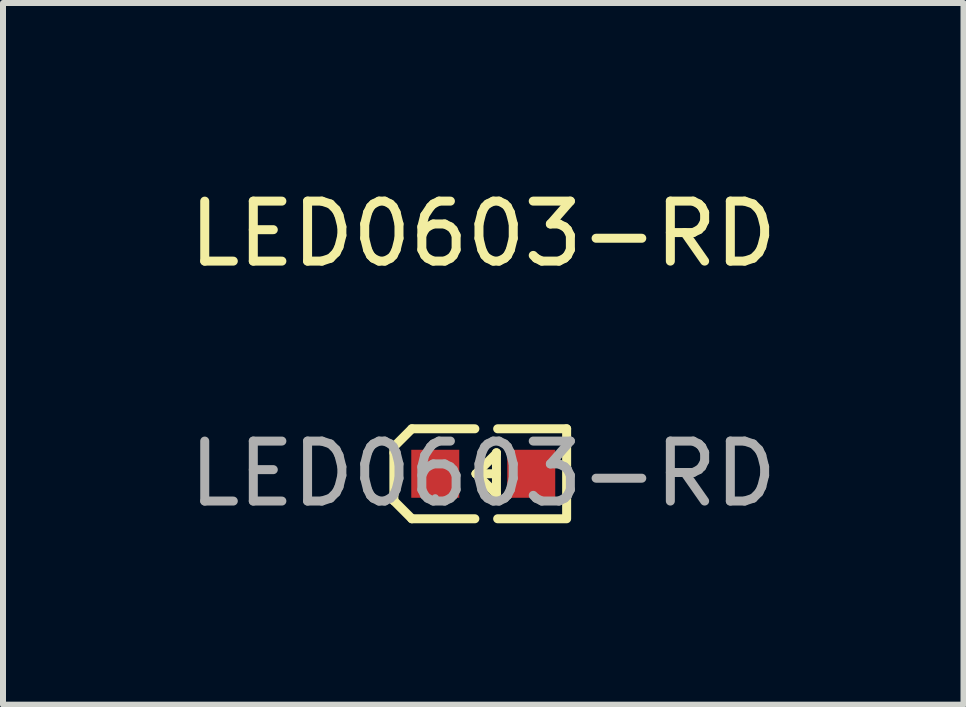
<source format=kicad_pcb>
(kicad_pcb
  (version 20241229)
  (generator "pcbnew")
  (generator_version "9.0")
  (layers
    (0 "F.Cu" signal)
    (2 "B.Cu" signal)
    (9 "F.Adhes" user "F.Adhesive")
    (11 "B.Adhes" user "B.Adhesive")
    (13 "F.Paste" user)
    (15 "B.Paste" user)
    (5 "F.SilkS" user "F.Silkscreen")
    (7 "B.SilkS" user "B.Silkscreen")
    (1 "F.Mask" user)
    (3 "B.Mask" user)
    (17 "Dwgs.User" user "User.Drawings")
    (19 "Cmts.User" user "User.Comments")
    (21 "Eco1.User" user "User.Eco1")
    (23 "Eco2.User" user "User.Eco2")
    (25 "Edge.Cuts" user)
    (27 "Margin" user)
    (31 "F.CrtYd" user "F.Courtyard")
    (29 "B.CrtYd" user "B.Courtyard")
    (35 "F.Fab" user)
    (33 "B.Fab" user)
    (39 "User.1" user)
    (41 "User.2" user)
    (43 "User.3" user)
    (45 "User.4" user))
  (footprint "LED0603-RD"
    (layer "F.Cu")
    (at 5.006 4.848)
    (property "Reference" "LED0603-RD" (at 0 -4 0) (layer "F.SilkS") (effects (font (size 1 1) (thickness 0.15))))
    (attr through_hole)
    (fp_line (start -1.49 -0.45) (end -1.19 -0.75) (stroke (width 0.15) (type solid)) (layer "F.SilkS"))
    (fp_line (start -1.49 -0.35) (end -1.49 -0.45) (stroke (width 0.15) (type solid)) (layer "F.SilkS"))
    (fp_line (start -1.49 -0.35) (end -1.49 0.35) (stroke (width 0.15) (type solid)) (layer "F.SilkS"))
    (fp_line (start -1.49 0.35) (end -1.49 0.45) (stroke (width 0.15) (type solid)) (layer "F.SilkS"))
    (fp_line (start -1.49 0.45) (end -1.19 0.75) (stroke (width 0.15) (type solid)) (layer "F.SilkS"))
    (fp_line (start -0.14 -0.75) (end -1.19 -0.75) (stroke (width 0.15) (type solid)) (layer "F.SilkS"))
    (fp_line (start -0.14 0.75) (end -1.19 0.75) (stroke (width 0.15) (type solid)) (layer "F.SilkS"))
    (fp_line (start 0.21 0.33) (end -0.12 0) (stroke (width 0.15) (type solid)) (layer "F.SilkS"))
    (fp_line (start 0.22 -0.35) (end 0.22 -0.34) (stroke (width 0.15) (type solid)) (layer "F.SilkS"))
    (fp_line (start 0.22 -0.35) (end 0.22 0.33) (stroke (width 0.15) (type solid)) (layer "F.SilkS"))
    (fp_line (start 0.22 -0.34) (end -0.12 0) (stroke (width 0.15) (type solid)) (layer "F.SilkS"))
    (fp_line (start 0.22 0) (end -0.12 0) (stroke (width 0.15) (type solid)) (layer "F.SilkS"))
    (fp_line (start 0.22 0.33) (end 0.21 0.33) (stroke (width 0.15) (type solid)) (layer "F.SilkS"))
    (fp_line (start 0.24 -0.75) (end 1.39 -0.75) (stroke (width 0.15) (type solid)) (layer "F.SilkS"))
    (fp_line (start 0.24 0.75) (end 1.39 0.75) (stroke (width 0.15) (type solid)) (layer "F.SilkS"))
    (fp_line (start 1.39 -0.75) (end 1.39 0.73) (stroke (width 0.15) (type solid)) (layer "F.SilkS"))
    (fp_circle (center -0.8 0.4) (end -0.77 0.4) (stroke (width 0.06) (type solid)) (fill no) (layer "F.Fab"))
    (fp_text user "${REFERENCE}" (at 0 0 0) (layer "F.Fab") (effects (font (size 1 1) (thickness 0.15))))
    (pad "1" smd rect (at -0.8 0 90) (size 0.8 0.8) (layers "F.Cu" "F.Mask" "F.Paste"))
    (pad "2" smd rect (at 0.8 0 90) (size 0.8 0.8) (layers "F.Cu" "F.Mask" "F.Paste")))
  (gr_rect
    (start -3 -3)
    (end 13.012 8.697)
    (stroke (width 0.1) (type default))
    (fill no)
    (layer "Edge.Cuts")))
</source>
